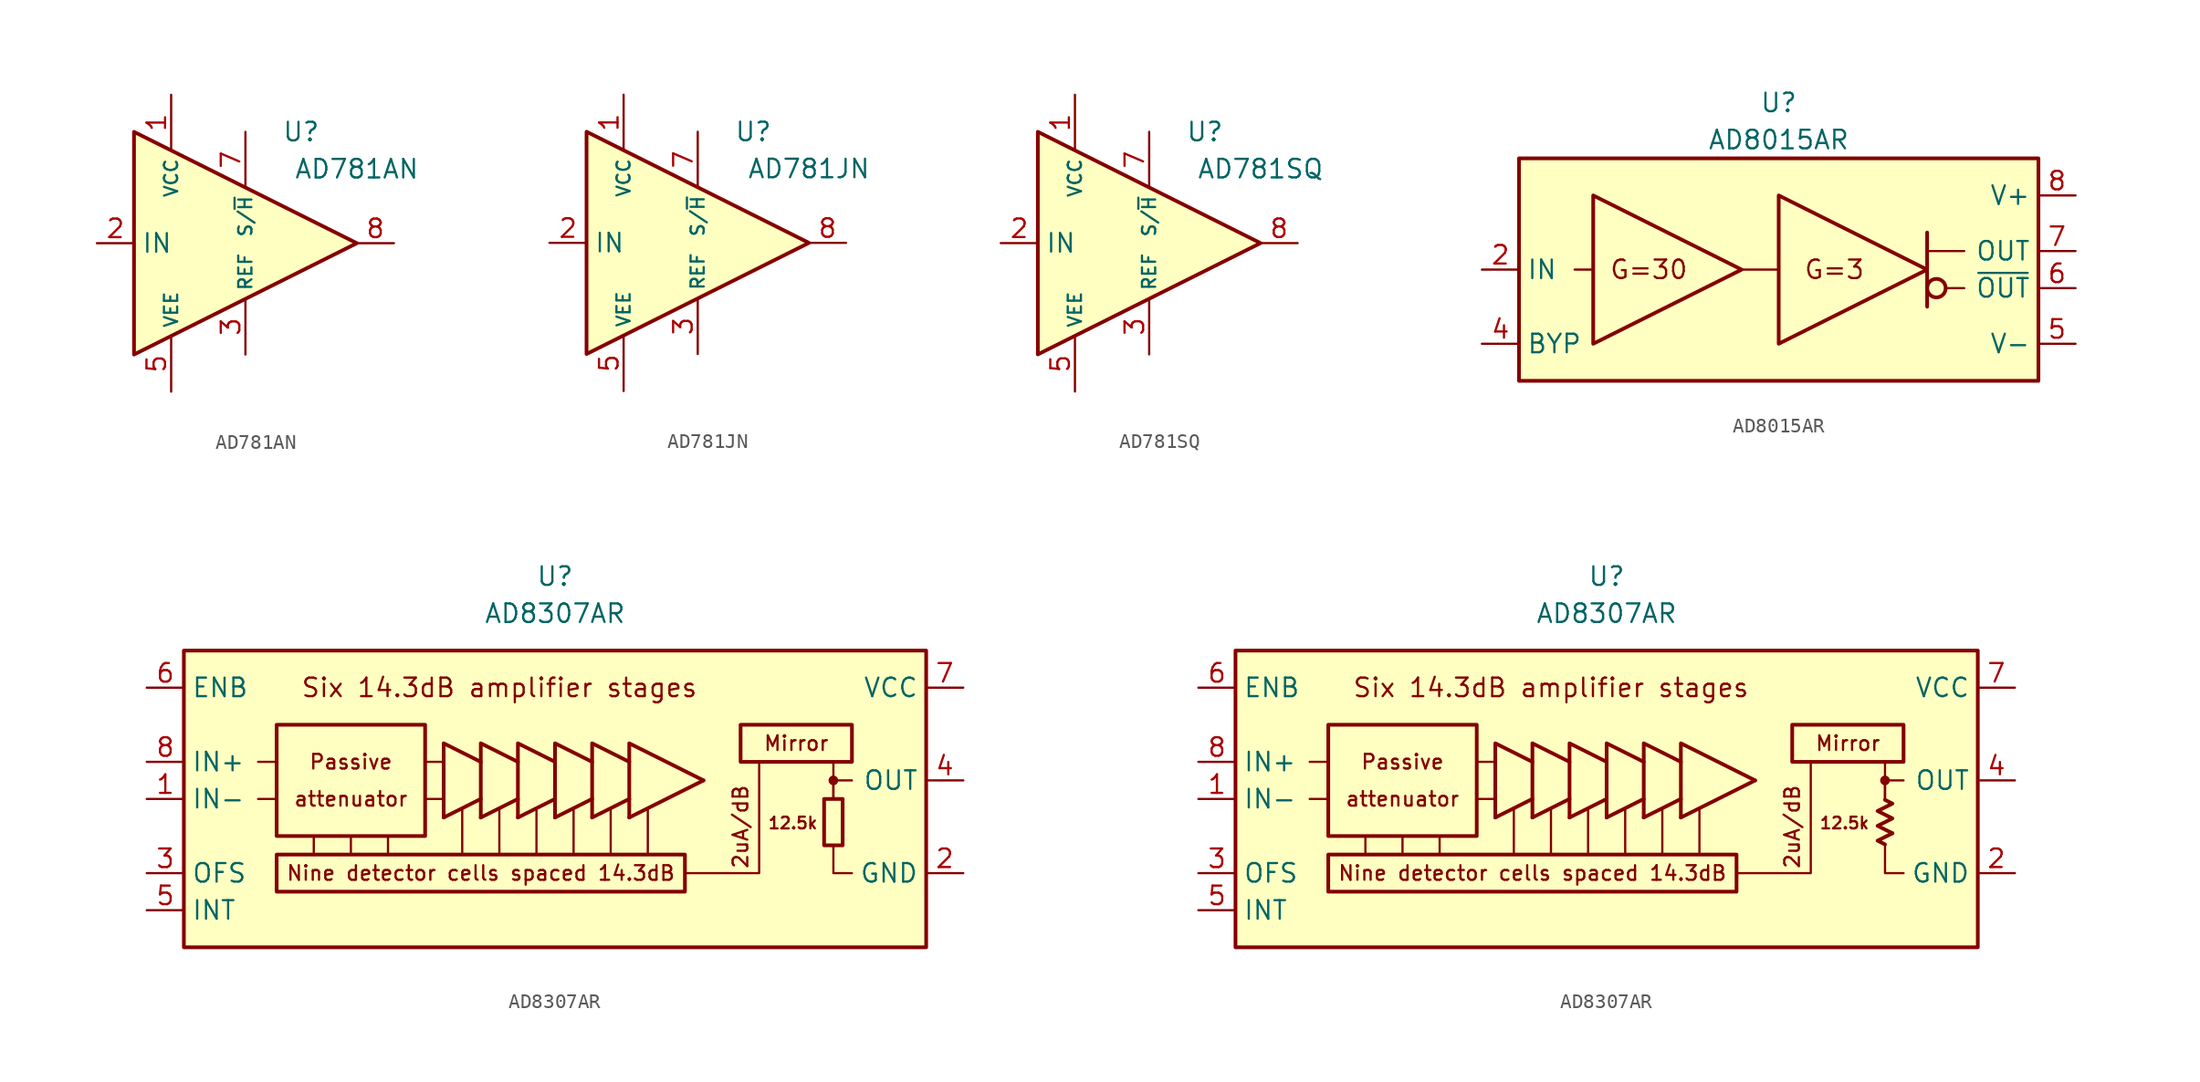
<source format=kicad_sym>
(kicad_symbol_lib
  (version 20231120)
  (generator "kicad_symbol_editor")
  (generator_version "8.0")
  (symbol "AD781AN"
    (property "Reference" "U"
      (at 7.62 7.62 0)
      (effects (font (size 1.27 1.27))))
    (property "Value" "AD781AN"
      (at 11.43 5.08 0)
      (effects (font (size 1.27 1.27))))
    (symbol "AD781AN_0_1"
      (polyline (pts (xy -3.81 7.62) (xy -3.81 -7.62) (xy 11.43 0) (xy -3.81 7.62)) (stroke (width 0.254) (type default)) (fill (type background))))
    (symbol "AD781AN_1_1"
      (pin power_in line (at -1.27 10.16 270) (length 3.81) (name "VCC" (effects (font (size 0.9 0.9)))) (number "1" (effects (font (size 1.27 1.27)))))
      (pin input line (at -6.35 0 0) (length 2.54) (name "IN" (effects (font (size 1.27 1.27)))) (number "2" (effects (font (size 1.27 1.27)))))
      (pin input line (at 3.81 -7.62 90) (length 3.81) (name "REF" (effects (font (size 0.9 0.9)))) (number "3" (effects (font (size 1.27 1.27)))))
      (pin free line (at -1.27 1.27 0) (length 2.54) hide (name "NC" (effects (font (size 1.27 1.27)))) (number "4" (effects (font (size 1.27 1.27)))))
      (pin power_in line (at -1.27 -10.16 90) (length 3.81) (name "VEE" (effects (font (size 0.9 0.9)))) (number "5" (effects (font (size 1.27 1.27)))))
      (pin free line (at -1.27 -1.27 0) (length 2.54) hide (name "NC" (effects (font (size 1.27 1.27)))) (number "6" (effects (font (size 1.27 1.27)))))
      (pin input line (at 3.81 7.62 270) (length 3.81) (name "S/~{H}" (effects (font (size 0.9 0.9)))) (number "7" (effects (font (size 1.27 1.27)))))
      (pin output line (at 13.97 0 180) (length 2.54) (name "~" (effects (font (size 1.27 1.27)))) (number "8" (effects (font (size 1.27 1.27)))))))
  (symbol "AD781JN"
    (property "Reference" "U"
      (at 7.62 7.62 0)
      (effects (font (size 1.27 1.27))))
    (property "Value" "AD781JN"
      (at 11.43 5.08 0)
      (effects (font (size 1.27 1.27))))
    (symbol "AD781JN_0_1"
      (polyline (pts (xy -3.81 7.62) (xy -3.81 -7.62) (xy 11.43 0) (xy -3.81 7.62)) (stroke (width 0.254) (type default)) (fill (type background))))
    (symbol "AD781JN_1_1"
      (pin power_in line (at -1.27 10.16 270) (length 3.81) (name "VCC" (effects (font (size 0.9 0.9)))) (number "1" (effects (font (size 1.27 1.27)))))
      (pin input line (at -6.35 0 0) (length 2.54) (name "IN" (effects (font (size 1.27 1.27)))) (number "2" (effects (font (size 1.27 1.27)))))
      (pin input line (at 3.81 -7.62 90) (length 3.81) (name "REF" (effects (font (size 0.9 0.9)))) (number "3" (effects (font (size 1.27 1.27)))))
      (pin free line (at -1.27 1.27 0) (length 2.54) hide (name "NC" (effects (font (size 1.27 1.27)))) (number "4" (effects (font (size 1.27 1.27)))))
      (pin power_in line (at -1.27 -10.16 90) (length 3.81) (name "VEE" (effects (font (size 0.9 0.9)))) (number "5" (effects (font (size 1.27 1.27)))))
      (pin free line (at -1.27 -1.27 0) (length 2.54) hide (name "NC" (effects (font (size 1.27 1.27)))) (number "6" (effects (font (size 1.27 1.27)))))
      (pin input line (at 3.81 7.62 270) (length 3.81) (name "S/~{H}" (effects (font (size 0.9 0.9)))) (number "7" (effects (font (size 1.27 1.27)))))
      (pin output line (at 13.97 0 180) (length 2.54) (name "~" (effects (font (size 1.27 1.27)))) (number "8" (effects (font (size 1.27 1.27)))))))
  (symbol "AD781SQ"
    (property "Reference" "U"
      (at 7.62 7.62 0)
      (effects (font (size 1.27 1.27))))
    (property "Value" "AD781SQ"
      (at 11.43 5.08 0)
      (effects (font (size 1.27 1.27))))
    (symbol "AD781SQ_0_1"
      (polyline (pts (xy -3.81 7.62) (xy -3.81 -7.62) (xy 11.43 0) (xy -3.81 7.62)) (stroke (width 0.254) (type default)) (fill (type background))))
    (symbol "AD781SQ_1_1"
      (pin power_in line (at -1.27 10.16 270) (length 3.81) (name "VCC" (effects (font (size 0.9 0.9)))) (number "1" (effects (font (size 1.27 1.27)))))
      (pin input line (at -6.35 0 0) (length 2.54) (name "IN" (effects (font (size 1.27 1.27)))) (number "2" (effects (font (size 1.27 1.27)))))
      (pin input line (at 3.81 -7.62 90) (length 3.81) (name "REF" (effects (font (size 0.9 0.9)))) (number "3" (effects (font (size 1.27 1.27)))))
      (pin free line (at -1.27 1.27 0) (length 2.54) hide (name "NC" (effects (font (size 1.27 1.27)))) (number "4" (effects (font (size 1.27 1.27)))))
      (pin power_in line (at -1.27 -10.16 90) (length 3.81) (name "VEE" (effects (font (size 0.9 0.9)))) (number "5" (effects (font (size 1.27 1.27)))))
      (pin free line (at -1.27 -1.27 0) (length 2.54) hide (name "NC" (effects (font (size 1.27 1.27)))) (number "6" (effects (font (size 1.27 1.27)))))
      (pin input line (at 3.81 7.62 270) (length 3.81) (name "S/~{H}" (effects (font (size 0.9 0.9)))) (number "7" (effects (font (size 1.27 1.27)))))
      (pin output line (at 13.97 0 180) (length 2.54) (name "~" (effects (font (size 1.27 1.27)))) (number "8" (effects (font (size 1.27 1.27)))))))
  (symbol "AD8015AR"
    (property "Reference" "U"
      (at 0 11.43 0)
      (effects (font (size 1.27 1.27))))
    (property "Value" "AD8015AR"
      (at 0 8.89 0)
      (effects (font (size 1.27 1.27))))
    (symbol "AD8015AR_0_0"
      (rectangle (start -17.78 7.62) (end 17.78 -7.62) (stroke (width 0.254) (type default)) (fill (type background)))
      (polyline (pts (xy -12.7 0) (xy -13.97 0)) (stroke (width 0.152) (type default)) (fill (type none)))
      (polyline (pts (xy 0 0) (xy -2.54 0)) (stroke (width 0.152) (type default)) (fill (type none)))
      (text "G=3" (at 3.81 0 0) (effects (font (size 1.27 1.27))))
      (text "G=30" (at -8.89 0 0) (effects (font (size 1.27 1.27)))))
    (symbol "AD8015AR_0_1"
      (polyline (pts (xy 10.16 1.27) (xy 12.7 1.27)) (stroke (width 0.152) (type default)) (fill (type none)))
      (polyline (pts (xy 10.16 2.54) (xy 10.16 -2.54)) (stroke (width 0.254) (type default)) (fill (type none)))
      (polyline (pts (xy 11.43 -1.27) (xy 12.7 -1.27)) (stroke (width 0.152) (type default)) (fill (type none)))
      (polyline (pts (xy -12.7 5.08) (xy -12.7 -5.08) (xy -2.54 0) (xy -12.7 5.08)) (stroke (width 0.254) (type default)) (fill (type none)))
      (polyline (pts (xy 0 5.08) (xy 0 -5.08) (xy 10.16 0) (xy 0 5.08)) (stroke (width 0.254) (type default)) (fill (type none)))
      (circle (center 10.795 -1.27) (radius 0.635) (stroke (width 0.254) (type default)) (fill (type none))))
    (symbol "AD8015AR_1_1"
      (pin free line (at -2.54 1.27 0) (length 2.54) hide (name "NC" (effects (font (size 1.27 1.27)))) (number "1" (effects (font (size 1.27 1.27)))))
      (pin input line (at -20.32 0 0) (length 2.54) (name "IN" (effects (font (size 1.27 1.27)))) (number "2" (effects (font (size 1.27 1.27)))))
      (pin free line (at -2.54 -1.27 0) (length 2.54) hide (name "NC" (effects (font (size 1.27 1.27)))) (number "3" (effects (font (size 1.27 1.27)))))
      (pin passive line (at -20.32 -5.08 0) (length 2.54) (name "BYP" (effects (font (size 1.27 1.27)))) (number "4" (effects (font (size 1.27 1.27)))))
      (pin power_in line (at 20.32 -5.08 180) (length 2.54) (name "V-" (effects (font (size 1.27 1.27)))) (number "5" (effects (font (size 1.27 1.27)))))
      (pin output line (at 20.32 -1.27 180) (length 2.54) (name "~{OUT}" (effects (font (size 1.27 1.27)))) (number "6" (effects (font (size 1.27 1.27)))))
      (pin output line (at 20.32 1.27 180) (length 2.54) (name "OUT" (effects (font (size 1.27 1.27)))) (number "7" (effects (font (size 1.27 1.27)))))
      (pin power_in line (at 20.32 5.08 180) (length 2.54) (name "V+" (effects (font (size 1.27 1.27)))) (number "8" (effects (font (size 1.27 1.27)))))))
  (symbol "AD8307AR"
    (property "Reference" "U"
      (at 0 13.97 0)
      (effects (font (size 1.27 1.27))))
    (property "Value" "AD8307AR"
      (at 0 11.43 0)
      (effects (font (size 1.27 1.27))))
    (symbol "AD8307AR_0_0"
      (rectangle (start -25.4 8.89) (end 25.4 -11.43) (stroke (width 0.254) (type default)) (fill (type background)))
      (rectangle (start -19.05 3.81) (end -8.89 -3.81) (stroke (width 0.254) (type default)) (fill (type none)))
      (polyline (pts (xy -19.05 -1.27) (xy -20.32 -1.27)) (stroke (width 0.152) (type default)) (fill (type none)))
      (polyline (pts (xy -19.05 1.27) (xy -20.32 1.27)) (stroke (width 0.152) (type default)) (fill (type none)))
      (polyline (pts (xy -16.51 -3.81) (xy -16.51 -5.08)) (stroke (width 0.152) (type default)) (fill (type none)))
      (polyline (pts (xy -13.97 -3.81) (xy -13.97 -5.08)) (stroke (width 0.152) (type default)) (fill (type none)))
      (polyline (pts (xy -11.43 -3.81) (xy -11.43 -5.08)) (stroke (width 0.152) (type default)) (fill (type none)))
      (polyline (pts (xy -8.89 -1.27) (xy -7.62 -1.27)) (stroke (width 0.152) (type default)) (fill (type none)))
      (polyline (pts (xy -8.89 1.27) (xy -7.62 1.27)) (stroke (width 0.152) (type default)) (fill (type none)))
      (polyline (pts (xy -6.35 -1.905) (xy -6.35 -5.08)) (stroke (width 0.152) (type default)) (fill (type none)))
      (polyline (pts (xy -3.81 -1.905) (xy -3.81 -5.08)) (stroke (width 0.152) (type default)) (fill (type none)))
      (polyline (pts (xy -1.27 -1.905) (xy -1.27 -5.08)) (stroke (width 0.152) (type default)) (fill (type none)))
      (polyline (pts (xy 1.27 -1.905) (xy 1.27 -5.08)) (stroke (width 0.152) (type default)) (fill (type none)))
      (polyline (pts (xy 3.81 -1.905) (xy 3.81 -5.08)) (stroke (width 0.152) (type default)) (fill (type none)))
      (polyline (pts (xy 6.35 -1.905) (xy 6.35 -5.08)) (stroke (width 0.152) (type default)) (fill (type none)))
      (polyline (pts (xy 19.05 -1.27) (xy 19.05 0)) (stroke (width 0.152) (type default)) (fill (type none)))
      (polyline (pts (xy 19.05 0) (xy 20.32 0)) (stroke (width 0.152) (type default)) (fill (type none)))
      (polyline (pts (xy 19.05 1.27) (xy 19.05 -1.27)) (stroke (width 0.152) (type default)) (fill (type none)))
      (polyline (pts (xy 8.89 -6.35) (xy 13.97 -6.35) (xy 13.97 1.27)) (stroke (width 0.152) (type default)) (fill (type none)))
      (polyline (pts (xy 19.05 -4.445) (xy 19.05 -6.35) (xy 20.32 -6.35)) (stroke (width 0.152) (type default)) (fill (type none)))
      (rectangle (start 12.7 3.81) (end 20.32 1.27) (stroke (width 0.254) (type default)) (fill (type none)))
      (circle (center 19.05 0) (radius 0.254) (stroke (width 0.152) (type default)) (fill (type outline)))
      (text "12.5k" (at 18.034 -2.921 0) (effects (font (size 0.8 0.8)) (justify right)))
      (text "2uA/dB" (at 12.7 -3.175 900) (effects (font (size 1 1))))
      (text "attenuator" (at -13.97 -1.27 0) (effects (font (size 1 1))))
      (text "Mirror" (at 16.51 2.54 0) (effects (font (size 1 1))))
      (text "Nine detector cells spaced 14.3dB" (at -5.08 -6.35 0) (effects (font (size 1 1))))
      (text "Passive" (at -13.97 1.27 0) (effects (font (size 1 1))))
      (text "Six 14.3dB amplifier stages" (at -3.81 6.35 0) (effects (font (size 1.27 1.27)))))
    (symbol "AD8307AR_0_1"
      (rectangle (start 18.415 -1.27) (end 19.685 -4.445) (stroke (width 0.254) (type default)) (fill (type none))))
    (symbol "AD8307AR_0_2"
      (polyline (pts (xy 19.558 -3.619) (xy 18.542 -4.128) (xy 19.05 -4.381)) (stroke (width 0.254) (type default)) (fill (type none)))
      (polyline (pts (xy 19.05 -1.333) (xy 19.558 -1.587) (xy 18.542 -2.095) (xy 19.558 -2.603) (xy 18.542 -3.111) (xy 19.558 -3.619)) (stroke (width 0.254) (type default)) (fill (type none))))
    (symbol "AD8307AR_1_0"
      (rectangle (start -19.05 -5.08) (end 8.89 -7.62) (stroke (width 0.254) (type default)) (fill (type none)))
      (polyline (pts (xy -7.62 -2.54) (xy -5.08 -1.27)) (stroke (width 0.254) (type default)) (fill (type none)))
      (polyline (pts (xy -5.08 -2.54) (xy -2.54 -1.27)) (stroke (width 0.254) (type default)) (fill (type none)))
      (polyline (pts (xy -2.54 -2.54) (xy 0 -1.27)) (stroke (width 0.254) (type default)) (fill (type none)))
      (polyline (pts (xy 0 -2.54) (xy 2.54 -1.27)) (stroke (width 0.254) (type default)) (fill (type none)))
      (polyline (pts (xy 2.54 -2.54) (xy 5.08 -1.27)) (stroke (width 0.254) (type default)) (fill (type none)))
      (polyline (pts (xy 5.08 -2.54) (xy 10.16 0)) (stroke (width 0.254) (type default)) (fill (type none)))
      (polyline (pts (xy -7.62 -2.54) (xy -7.62 2.54) (xy -5.08 1.27)) (stroke (width 0.254) (type default)) (fill (type none)))
      (polyline (pts (xy -5.08 -2.54) (xy -5.08 2.54) (xy -2.54 1.27)) (stroke (width 0.254) (type default)) (fill (type none)))
      (polyline (pts (xy -2.54 -2.54) (xy -2.54 2.54) (xy 0 1.27)) (stroke (width 0.254) (type default)) (fill (type none)))
      (polyline (pts (xy 0 -2.54) (xy 0 2.54) (xy 2.54 1.27)) (stroke (width 0.254) (type default)) (fill (type none)))
      (polyline (pts (xy 2.54 -2.54) (xy 2.54 2.54) (xy 5.08 1.27)) (stroke (width 0.254) (type default)) (fill (type none)))
      (polyline (pts (xy 5.08 -2.54) (xy 5.08 2.54) (xy 10.16 0)) (stroke (width 0.254) (type default)) (fill (type none))))
    (symbol "AD8307AR_1_1"
      (pin input line (at -27.94 -1.27 0) (length 2.54) (name "IN-" (effects (font (size 1.27 1.27)))) (number "1" (effects (font (size 1.27 1.27)))))
      (pin power_in line (at 27.94 -6.35 180) (length 2.54) (name "GND" (effects (font (size 1.27 1.27)))) (number "2" (effects (font (size 1.27 1.27)))))
      (pin passive line (at -27.94 -6.35 0) (length 2.54) (name "OFS" (effects (font (size 1.27 1.27)))) (number "3" (effects (font (size 1.27 1.27)))))
      (pin output line (at 27.94 0 180) (length 2.54) (name "OUT" (effects (font (size 1.27 1.27)))) (number "4" (effects (font (size 1.27 1.27)))))
      (pin passive line (at -27.94 -8.89 0) (length 2.54) (name "INT" (effects (font (size 1.27 1.27)))) (number "5" (effects (font (size 1.27 1.27)))))
      (pin input line (at -27.94 6.35 0) (length 2.54) (name "ENB" (effects (font (size 1.27 1.27)))) (number "6" (effects (font (size 1.27 1.27)))))
      (pin power_in line (at 27.94 6.35 180) (length 2.54) (name "VCC" (effects (font (size 1.27 1.27)))) (number "7" (effects (font (size 1.27 1.27)))))
      (pin input line (at -27.94 1.27 0) (length 2.54) (name "IN+" (effects (font (size 1.27 1.27)))) (number "8" (effects (font (size 1.27 1.27))))))
    (symbol "AD8307AR_1_2"
      (pin input line (at -27.94 -1.27 0) (length 2.54) (name "IN-" (effects (font (size 1.27 1.27)))) (number "1" (effects (font (size 1.27 1.27)))))
      (pin power_in line (at 27.94 -6.35 180) (length 2.54) (name "GND" (effects (font (size 1.27 1.27)))) (number "2" (effects (font (size 1.27 1.27)))))
      (pin passive line (at -27.94 -6.35 0) (length 2.54) (name "OFS" (effects (font (size 1.27 1.27)))) (number "3" (effects (font (size 1.27 1.27)))))
      (pin output line (at 27.94 0 180) (length 2.54) (name "OUT" (effects (font (size 1.27 1.27)))) (number "4" (effects (font (size 1.27 1.27)))))
      (pin passive line (at -27.94 -8.89 0) (length 2.54) (name "INT" (effects (font (size 1.27 1.27)))) (number "5" (effects (font (size 1.27 1.27)))))
      (pin input line (at -27.94 6.35 0) (length 2.54) (name "ENB" (effects (font (size 1.27 1.27)))) (number "6" (effects (font (size 1.27 1.27)))))
      (pin power_in line (at 27.94 6.35 180) (length 2.54) (name "VCC" (effects (font (size 1.27 1.27)))) (number "7" (effects (font (size 1.27 1.27)))))
      (pin input line (at -27.94 1.27 0) (length 2.54) (name "IN+" (effects (font (size 1.27 1.27)))) (number "8" (effects (font (size 1.27 1.27))))))))
</source>
